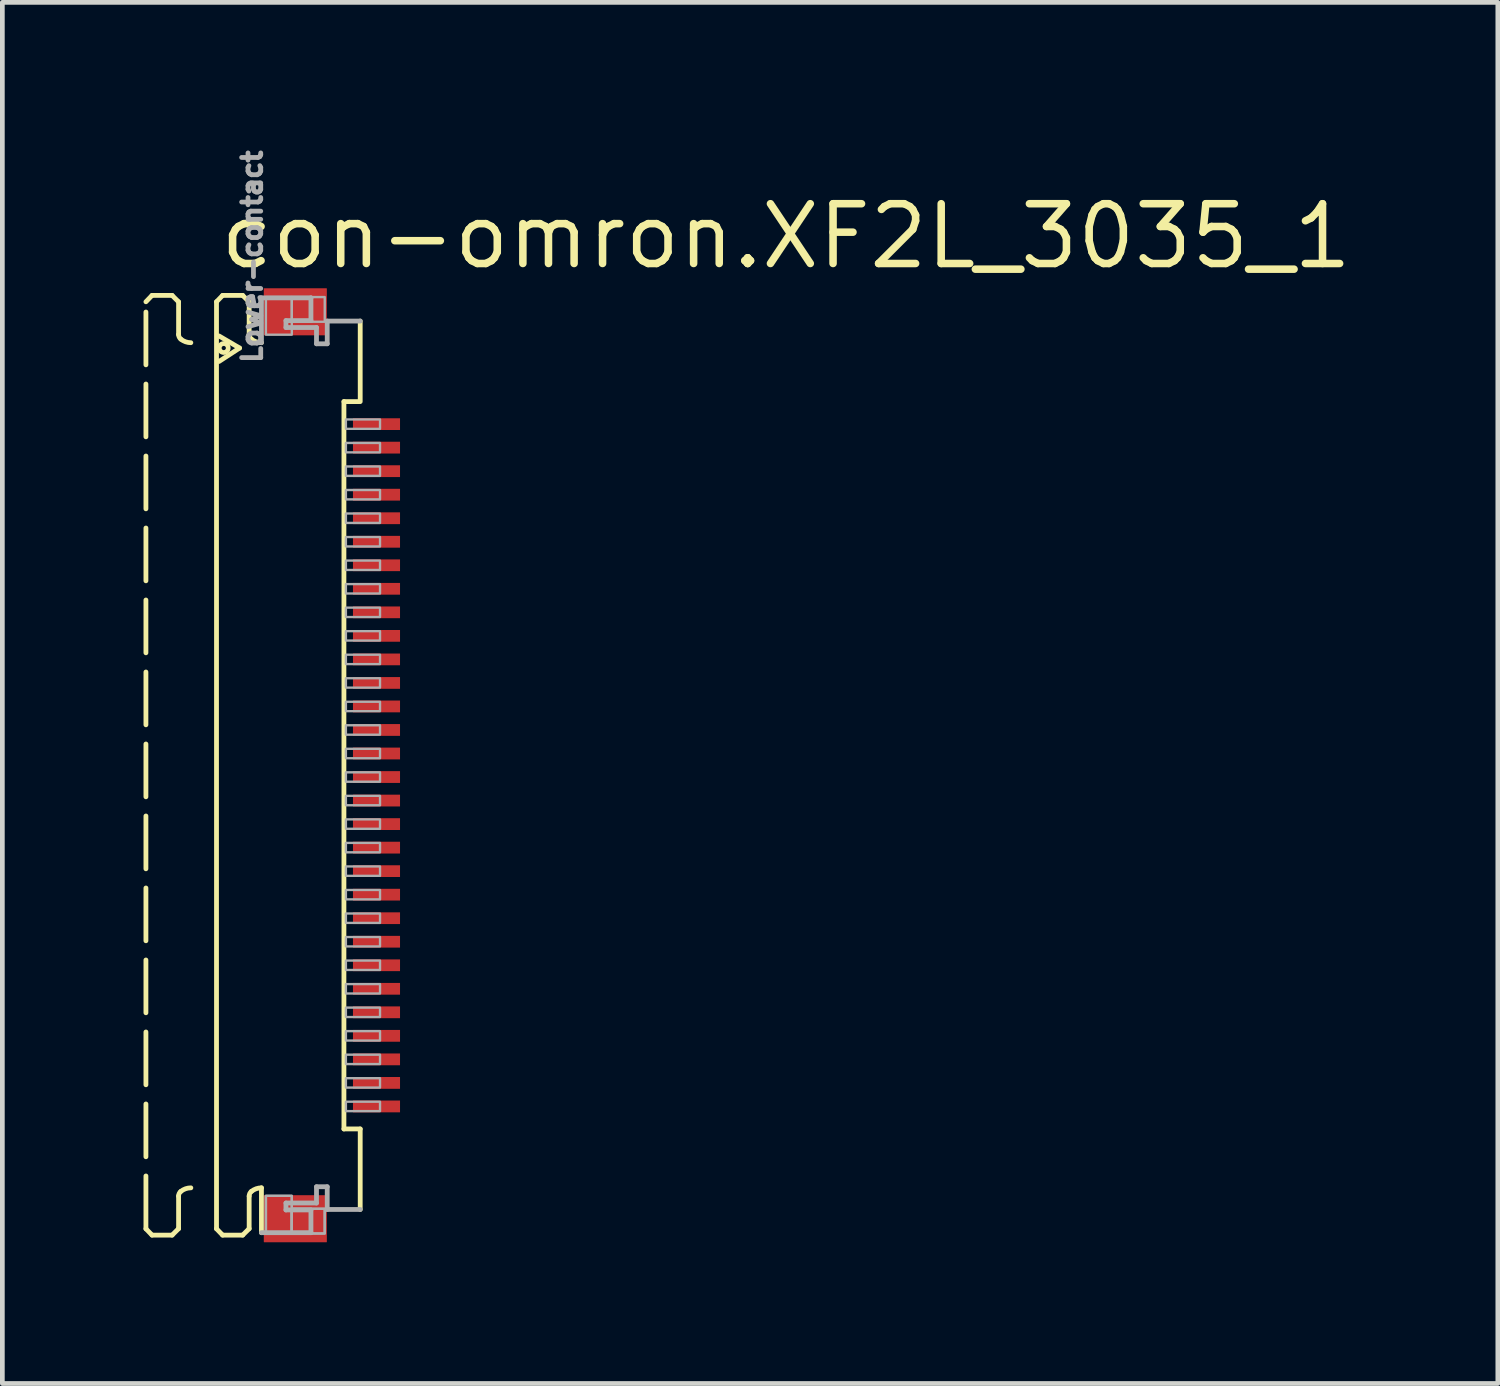
<source format=kicad_pcb>
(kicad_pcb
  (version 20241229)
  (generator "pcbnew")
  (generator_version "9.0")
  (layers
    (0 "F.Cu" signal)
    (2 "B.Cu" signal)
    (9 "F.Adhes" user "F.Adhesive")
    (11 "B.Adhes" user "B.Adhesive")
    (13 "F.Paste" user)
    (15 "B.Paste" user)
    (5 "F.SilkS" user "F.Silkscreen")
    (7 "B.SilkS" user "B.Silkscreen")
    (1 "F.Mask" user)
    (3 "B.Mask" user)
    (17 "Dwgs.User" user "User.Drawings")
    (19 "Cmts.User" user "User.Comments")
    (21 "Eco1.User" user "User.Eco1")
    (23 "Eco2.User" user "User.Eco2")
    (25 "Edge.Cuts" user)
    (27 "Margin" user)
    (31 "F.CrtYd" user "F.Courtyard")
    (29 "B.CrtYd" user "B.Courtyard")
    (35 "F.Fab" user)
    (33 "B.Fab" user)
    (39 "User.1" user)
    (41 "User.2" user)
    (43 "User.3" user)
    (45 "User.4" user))
  (footprint "con-omron.XF2L_3035_1"
    (layer "F.Cu")
    (at 3.046 13.213)
    (property "Reference" "con-omron.XF2L_3035_1" (at -1.5 -10.5 0) (layer "F.SilkS") (effects (font (size 1.27 1.27) (thickness 0.16)) (justify left bottom)))
    (attr smd)
    (fp_rect (start 1.355 -7.075) (end 2.455 -7.425) (stroke (width 0.05) (type default)) (fill yes) (layer "F.Mask"))
    (fp_rect (start 1.355 -6.575) (end 2.455 -6.925) (stroke (width 0.05) (type default)) (fill yes) (layer "F.Mask"))
    (fp_rect (start 1.355 -6.075) (end 2.455 -6.425) (stroke (width 0.05) (type default)) (fill yes) (layer "F.Mask"))
    (fp_rect (start 1.355 -5.575) (end 2.455 -5.925) (stroke (width 0.05) (type default)) (fill yes) (layer "F.Mask"))
    (fp_rect (start 1.355 -5.075) (end 2.455 -5.425) (stroke (width 0.05) (type default)) (fill yes) (layer "F.Mask"))
    (fp_rect (start 1.355 -4.575) (end 2.455 -4.925) (stroke (width 0.05) (type default)) (fill yes) (layer "F.Mask"))
    (fp_rect (start 1.355 -4.075) (end 2.455 -4.425) (stroke (width 0.05) (type default)) (fill yes) (layer "F.Mask"))
    (fp_rect (start 1.355 -3.575) (end 2.455 -3.925) (stroke (width 0.05) (type default)) (fill yes) (layer "F.Mask"))
    (fp_rect (start 1.355 -3.075) (end 2.455 -3.425) (stroke (width 0.05) (type default)) (fill yes) (layer "F.Mask"))
    (fp_rect (start 1.355 -2.575) (end 2.455 -2.925) (stroke (width 0.05) (type default)) (fill yes) (layer "F.Mask"))
    (fp_rect (start 1.355 -2.075) (end 2.455 -2.425) (stroke (width 0.05) (type default)) (fill yes) (layer "F.Mask"))
    (fp_rect (start 1.355 -1.575) (end 2.455 -1.925) (stroke (width 0.05) (type default)) (fill yes) (layer "F.Mask"))
    (fp_rect (start 1.355 -1.075) (end 2.455 -1.425) (stroke (width 0.05) (type default)) (fill yes) (layer "F.Mask"))
    (fp_rect (start 1.355 -0.575) (end 2.455 -0.925) (stroke (width 0.05) (type default)) (fill yes) (layer "F.Mask"))
    (fp_rect (start 1.355 -0.075) (end 2.455 -0.425) (stroke (width 0.05) (type default)) (fill yes) (layer "F.Mask"))
    (fp_rect (start 1.355 0.425) (end 2.455 0.075) (stroke (width 0.05) (type default)) (fill yes) (layer "F.Mask"))
    (fp_rect (start 1.355 0.925) (end 2.455 0.575) (stroke (width 0.05) (type default)) (fill yes) (layer "F.Mask"))
    (fp_rect (start 1.355 1.425) (end 2.455 1.075) (stroke (width 0.05) (type default)) (fill yes) (layer "F.Mask"))
    (fp_rect (start 1.355 1.925) (end 2.455 1.575) (stroke (width 0.05) (type default)) (fill yes) (layer "F.Mask"))
    (fp_rect (start 1.355 2.425) (end 2.455 2.075) (stroke (width 0.05) (type default)) (fill yes) (layer "F.Mask"))
    (fp_rect (start 1.355 2.925) (end 2.455 2.575) (stroke (width 0.05) (type default)) (fill yes) (layer "F.Mask"))
    (fp_rect (start 1.355 3.425) (end 2.455 3.075) (stroke (width 0.05) (type default)) (fill yes) (layer "F.Mask"))
    (fp_rect (start 1.355 3.925) (end 2.455 3.575) (stroke (width 0.05) (type default)) (fill yes) (layer "F.Mask"))
    (fp_rect (start 1.355 4.425) (end 2.455 4.075) (stroke (width 0.05) (type default)) (fill yes) (layer "F.Mask"))
    (fp_rect (start 1.355 4.925) (end 2.455 4.575) (stroke (width 0.05) (type default)) (fill yes) (layer "F.Mask"))
    (fp_rect (start 1.355 5.425) (end 2.455 5.075) (stroke (width 0.05) (type default)) (fill yes) (layer "F.Mask"))
    (fp_rect (start 1.355 5.925) (end 2.455 5.575) (stroke (width 0.05) (type default)) (fill yes) (layer "F.Mask"))
    (fp_rect (start 1.355 6.425) (end 2.455 6.075) (stroke (width 0.05) (type default)) (fill yes) (layer "F.Mask"))
    (fp_rect (start 1.355 6.925) (end 2.455 6.575) (stroke (width 0.05) (type default)) (fill yes) (layer "F.Mask"))
    (fp_rect (start 1.355 7.425) (end 2.455 7.075) (stroke (width 0.05) (type default)) (fill yes) (layer "F.Mask"))
    (fp_line (start -2.995 -9.85) (end -2.865 -9.985) (stroke (width 0.102) (type default)) (layer "F.SilkS"))
    (fp_line (start -2.995 9.85) (end -2.995 -9.85) (stroke (width 0.102) (type dash)) (layer "F.SilkS"))
    (fp_line (start -2.995 9.85) (end -2.865 9.985) (stroke (width 0.102) (type default)) (layer "F.SilkS"))
    (fp_line (start -2.865 -9.985) (end -2.438 -9.985) (stroke (width 0.102) (type dash)) (layer "F.SilkS"))
    (fp_line (start -2.865 9.985) (end -2.438 9.985) (stroke (width 0.102) (type dash)) (layer "F.SilkS"))
    (fp_line (start -2.438 -9.985) (end -2.301 -9.848) (stroke (width 0.102) (type default)) (layer "F.SilkS"))
    (fp_line (start -2.438 9.985) (end -2.301 9.848) (stroke (width 0.102) (type default)) (layer "F.SilkS"))
    (fp_line (start -2.301 -9.848) (end -2.301 -9.156) (stroke (width 0.102) (type dash)) (layer "F.SilkS"))
    (fp_line (start -2.301 9.848) (end -2.301 9.156) (stroke (width 0.102) (type dash)) (layer "F.SilkS"))
    (fp_line (start -1.495 -9.85) (end -1.365 -9.985) (stroke (width 0.102) (type default)) (layer "F.SilkS"))
    (fp_line (start -1.495 9.85) (end -1.495 -9.85) (stroke (width 0.102) (type default)) (layer "F.SilkS"))
    (fp_line (start -1.495 9.85) (end -1.365 9.985) (stroke (width 0.102) (type default)) (layer "F.SilkS"))
    (fp_line (start -1.441 -9.123) (end -1.005 -8.867) (stroke (width 0.102) (type default)) (layer "F.SilkS"))
    (fp_line (start -1.365 -9.985) (end -0.939 -9.985) (stroke (width 0.102) (type default)) (layer "F.SilkS"))
    (fp_line (start -1.365 9.985) (end -0.939 9.985) (stroke (width 0.102) (type default)) (layer "F.SilkS"))
    (fp_line (start -1.005 -8.867) (end -1.441 -8.582) (stroke (width 0.102) (type default)) (layer "F.SilkS"))
    (fp_line (start -0.939 -9.985) (end -0.801 -9.848) (stroke (width 0.102) (type default)) (layer "F.SilkS"))
    (fp_line (start -0.939 9.985) (end -0.801 9.848) (stroke (width 0.102) (type default)) (layer "F.SilkS"))
    (fp_line (start -0.801 -9.848) (end -0.801 -9.156) (stroke (width 0.102) (type default)) (layer "F.SilkS"))
    (fp_line (start -0.801 9.848) (end -0.801 9.156) (stroke (width 0.102) (type default)) (layer "F.SilkS"))
    (fp_line (start -0.54 8.98) (end -0.54 9.933) (stroke (width 0.102) (type default)) (layer "F.SilkS"))
    (fp_line (start 1.213 7.729) (end 1.213 -7.729) (stroke (width 0.102) (type default)) (layer "F.SilkS"))
    (fp_line (start 1.538 -7.729) (end 1.213 -7.729) (stroke (width 0.102) (type default)) (layer "F.SilkS"))
    (fp_line (start 1.559 -9.44) (end 1.559 -7.729) (stroke (width 0.102) (type default)) (layer "F.SilkS"))
    (fp_line (start 1.559 7.729) (end 1.213 7.729) (stroke (width 0.102) (type default)) (layer "F.SilkS"))
    (fp_line (start 1.559 9.44) (end 1.559 7.729) (stroke (width 0.102) (type default)) (layer "F.SilkS"))
    (fp_arc (start -2.301 9.1557) (mid -2.288538 9.100596) (end -2.2536 9.0562) (stroke (width 0.1016) (type default)) (layer "F.SilkS"))
    (fp_arc (start -2.2536 -9.0562) (mid -2.288538 -9.100596) (end -2.301 -9.1557) (stroke (width 0.1016) (type default)) (layer "F.SilkS"))
    (fp_arc (start -2.2536 9.0562) (mid -2.153476 8.999936) (end -2.0403 8.9804) (stroke (width 0.1016) (type default)) (layer "F.SilkS"))
    (fp_arc (start -2.0403 -8.9804) (mid -2.153476 -8.999936) (end -2.2536 -9.0562) (stroke (width 0.1016) (type default)) (layer "F.SilkS"))
    (fp_arc (start -0.801 9.1557) (mid -0.788538 9.100596) (end -0.7536 9.0562) (stroke (width 0.1016) (type default)) (layer "F.SilkS"))
    (fp_arc (start -0.7536 -9.0562) (mid -0.788538 -9.100596) (end -0.801 -9.1557) (stroke (width 0.1016) (type default)) (layer "F.SilkS"))
    (fp_arc (start -0.7536 9.0562) (mid -0.653476 8.999936) (end -0.5403 8.9804) (stroke (width 0.1016) (type default)) (layer "F.SilkS"))
    (fp_arc (start -0.5403 -8.9804) (mid -0.653476 -8.999936) (end -0.7536 -9.0562) (stroke (width 0.1016) (type default)) (layer "F.SilkS"))
    (fp_circle (center -1.341 -8.867) (end -1.246 -8.867) (stroke (width 0.1) (type default)) (fill no) (layer "F.SilkS"))
    (fp_line (start -0.54 -9.933) (end 0.512 -9.933) (stroke (width 0.102) (type default)) (layer "F.Fab"))
    (fp_line (start -0.54 -8.98) (end -0.54 -9.933) (stroke (width 0.102) (type default)) (layer "F.Fab"))
    (fp_line (start -0.54 9.933) (end 0.512 9.933) (stroke (width 0.102) (type default)) (layer "F.Fab"))
    (fp_line (start -0.019 -9.45) (end -0.019 -9.303) (stroke (width 0.102) (type default)) (layer "F.Fab"))
    (fp_line (start -0.019 -9.303) (end 0.63 -9.303) (stroke (width 0.102) (type default)) (layer "F.Fab"))
    (fp_line (start -0.019 9.303) (end 0.63 9.303) (stroke (width 0.102) (type default)) (layer "F.Fab"))
    (fp_line (start -0.019 9.45) (end -0.019 9.303) (stroke (width 0.102) (type default)) (layer "F.Fab"))
    (fp_line (start 0.512 -9.933) (end 0.512 -9.45) (stroke (width 0.102) (type default)) (layer "F.Fab"))
    (fp_line (start 0.512 -9.45) (end -0.019 -9.45) (stroke (width 0.102) (type default)) (layer "F.Fab"))
    (fp_line (start 0.512 9.45) (end -0.019 9.45) (stroke (width 0.102) (type default)) (layer "F.Fab"))
    (fp_line (start 0.512 9.933) (end 0.512 9.45) (stroke (width 0.102) (type default)) (layer "F.Fab"))
    (fp_line (start 0.63 -9.303) (end 0.63 -8.957) (stroke (width 0.102) (type default)) (layer "F.Fab"))
    (fp_line (start 0.63 -8.957) (end 0.858 -8.957) (stroke (width 0.102) (type default)) (layer "F.Fab"))
    (fp_line (start 0.63 8.957) (end 0.858 8.957) (stroke (width 0.102) (type default)) (layer "F.Fab"))
    (fp_line (start 0.63 9.303) (end 0.63 8.957) (stroke (width 0.102) (type default)) (layer "F.Fab"))
    (fp_line (start 0.858 -9.44) (end 1.559 -9.44) (stroke (width 0.102) (type default)) (layer "F.Fab"))
    (fp_line (start 0.858 -8.957) (end 0.858 -9.44) (stroke (width 0.102) (type default)) (layer "F.Fab"))
    (fp_line (start 0.858 8.957) (end 0.858 9.44) (stroke (width 0.102) (type default)) (layer "F.Fab"))
    (fp_line (start 0.858 9.44) (end 1.559 9.44) (stroke (width 0.102) (type default)) (layer "F.Fab"))
    (fp_rect (start -0.445 -9.15) (end 0.105 -9.95) (stroke (width 0.05) (type default)) (fill no) (layer "F.Fab"))
    (fp_rect (start -0.445 9.95) (end 0.105 9.15) (stroke (width 0.05) (type default)) (fill no) (layer "F.Fab"))
    (fp_rect (start -0.445 9.95) (end 0.105 9.15) (stroke (width 0.05) (type default)) (fill no) (layer "F.Fab"))
    (fp_rect (start 0.105 -9.425) (end 0.805 -9.95) (stroke (width 0.05) (type default)) (fill no) (layer "F.Fab"))
    (fp_rect (start 0.105 9.95) (end 0.805 9.425) (stroke (width 0.05) (type default)) (fill no) (layer "F.Fab"))
    (fp_rect (start 0.105 9.95) (end 0.805 9.425) (stroke (width 0.05) (type default)) (fill no) (layer "F.Fab"))
    (fp_rect (start 1.255 -7.15) (end 1.98 -7.35) (stroke (width 0.05) (type default)) (fill no) (layer "F.Fab"))
    (fp_rect (start 1.255 -6.65) (end 1.98 -6.85) (stroke (width 0.05) (type default)) (fill no) (layer "F.Fab"))
    (fp_rect (start 1.255 -6.15) (end 1.98 -6.35) (stroke (width 0.05) (type default)) (fill no) (layer "F.Fab"))
    (fp_rect (start 1.255 -5.65) (end 1.98 -5.85) (stroke (width 0.05) (type default)) (fill no) (layer "F.Fab"))
    (fp_rect (start 1.255 -5.15) (end 1.98 -5.35) (stroke (width 0.05) (type default)) (fill no) (layer "F.Fab"))
    (fp_rect (start 1.255 -4.65) (end 1.98 -4.85) (stroke (width 0.05) (type default)) (fill no) (layer "F.Fab"))
    (fp_rect (start 1.255 -4.15) (end 1.98 -4.35) (stroke (width 0.05) (type default)) (fill no) (layer "F.Fab"))
    (fp_rect (start 1.255 -3.65) (end 1.98 -3.85) (stroke (width 0.05) (type default)) (fill no) (layer "F.Fab"))
    (fp_rect (start 1.255 -3.15) (end 1.98 -3.35) (stroke (width 0.05) (type default)) (fill no) (layer "F.Fab"))
    (fp_rect (start 1.255 -2.65) (end 1.98 -2.85) (stroke (width 0.05) (type default)) (fill no) (layer "F.Fab"))
    (fp_rect (start 1.255 -2.15) (end 1.98 -2.35) (stroke (width 0.05) (type default)) (fill no) (layer "F.Fab"))
    (fp_rect (start 1.255 -1.65) (end 1.98 -1.85) (stroke (width 0.05) (type default)) (fill no) (layer "F.Fab"))
    (fp_rect (start 1.255 -1.15) (end 1.98 -1.35) (stroke (width 0.05) (type default)) (fill no) (layer "F.Fab"))
    (fp_rect (start 1.255 -0.65) (end 1.98 -0.85) (stroke (width 0.05) (type default)) (fill no) (layer "F.Fab"))
    (fp_rect (start 1.255 -0.15) (end 1.98 -0.35) (stroke (width 0.05) (type default)) (fill no) (layer "F.Fab"))
    (fp_rect (start 1.255 0.35) (end 1.98 0.15) (stroke (width 0.05) (type default)) (fill no) (layer "F.Fab"))
    (fp_rect (start 1.255 0.85) (end 1.98 0.65) (stroke (width 0.05) (type default)) (fill no) (layer "F.Fab"))
    (fp_rect (start 1.255 1.35) (end 1.98 1.15) (stroke (width 0.05) (type default)) (fill no) (layer "F.Fab"))
    (fp_rect (start 1.255 1.85) (end 1.98 1.65) (stroke (width 0.05) (type default)) (fill no) (layer "F.Fab"))
    (fp_rect (start 1.255 2.35) (end 1.98 2.15) (stroke (width 0.05) (type default)) (fill no) (layer "F.Fab"))
    (fp_rect (start 1.255 2.85) (end 1.98 2.65) (stroke (width 0.05) (type default)) (fill no) (layer "F.Fab"))
    (fp_rect (start 1.255 3.35) (end 1.98 3.15) (stroke (width 0.05) (type default)) (fill no) (layer "F.Fab"))
    (fp_rect (start 1.255 3.85) (end 1.98 3.65) (stroke (width 0.05) (type default)) (fill no) (layer "F.Fab"))
    (fp_rect (start 1.255 4.35) (end 1.98 4.15) (stroke (width 0.05) (type default)) (fill no) (layer "F.Fab"))
    (fp_rect (start 1.255 4.85) (end 1.98 4.65) (stroke (width 0.05) (type default)) (fill no) (layer "F.Fab"))
    (fp_rect (start 1.255 5.35) (end 1.98 5.15) (stroke (width 0.05) (type default)) (fill no) (layer "F.Fab"))
    (fp_rect (start 1.255 5.85) (end 1.98 5.65) (stroke (width 0.05) (type default)) (fill no) (layer "F.Fab"))
    (fp_rect (start 1.255 6.35) (end 1.98 6.15) (stroke (width 0.05) (type default)) (fill no) (layer "F.Fab"))
    (fp_rect (start 1.255 6.85) (end 1.98 6.65) (stroke (width 0.05) (type default)) (fill no) (layer "F.Fab"))
    (fp_rect (start 1.255 7.35) (end 1.98 7.15) (stroke (width 0.05) (type default)) (fill no) (layer "F.Fab"))
    (fp_text user "Lower-contact" (at -0.5 -8.5 270) (layer "F.Fab") (effects (font (size 0.406 0.406) (thickness 0.15)) (justify left bottom)))
    (pad "1" smd roundrect (at 1.905 -7.25) (size 1 0.25) (layers "F.Cu" "F.Mask" "F.Paste") (roundrect_rratio 0.01))
    (pad "2" smd roundrect (at 1.905 -6.75) (size 1 0.25) (layers "F.Cu" "F.Mask" "F.Paste") (roundrect_rratio 0.01))
    (pad "3" smd roundrect (at 1.905 -6.25) (size 1 0.25) (layers "F.Cu" "F.Mask" "F.Paste") (roundrect_rratio 0.01))
    (pad "4" smd roundrect (at 1.905 -5.75) (size 1 0.25) (layers "F.Cu" "F.Mask" "F.Paste") (roundrect_rratio 0.01))
    (pad "5" smd roundrect (at 1.905 -5.25) (size 1 0.25) (layers "F.Cu" "F.Mask" "F.Paste") (roundrect_rratio 0.01))
    (pad "6" smd roundrect (at 1.905 -4.75) (size 1 0.25) (layers "F.Cu" "F.Mask" "F.Paste") (roundrect_rratio 0.01))
    (pad "7" smd roundrect (at 1.905 -4.25) (size 1 0.25) (layers "F.Cu" "F.Mask" "F.Paste") (roundrect_rratio 0.01))
    (pad "8" smd roundrect (at 1.905 -3.75) (size 1 0.25) (layers "F.Cu" "F.Mask" "F.Paste") (roundrect_rratio 0.01))
    (pad "9" smd roundrect (at 1.905 -3.25) (size 1 0.25) (layers "F.Cu" "F.Mask" "F.Paste") (roundrect_rratio 0.01))
    (pad "10" smd roundrect (at 1.905 -2.75) (size 1 0.25) (layers "F.Cu" "F.Mask" "F.Paste") (roundrect_rratio 0.01))
    (pad "11" smd roundrect (at 1.905 -2.25) (size 1 0.25) (layers "F.Cu" "F.Mask" "F.Paste") (roundrect_rratio 0.01))
    (pad "12" smd roundrect (at 1.905 -1.75) (size 1 0.25) (layers "F.Cu" "F.Mask" "F.Paste") (roundrect_rratio 0.01))
    (pad "13" smd roundrect (at 1.905 -1.25) (size 1 0.25) (layers "F.Cu" "F.Mask" "F.Paste") (roundrect_rratio 0.01))
    (pad "14" smd roundrect (at 1.905 -0.75) (size 1 0.25) (layers "F.Cu" "F.Mask" "F.Paste") (roundrect_rratio 0.01))
    (pad "15" smd roundrect (at 1.905 -0.25) (size 1 0.25) (layers "F.Cu" "F.Mask" "F.Paste") (roundrect_rratio 0.01))
    (pad "16" smd roundrect (at 1.905 0.25) (size 1 0.25) (layers "F.Cu" "F.Mask" "F.Paste") (roundrect_rratio 0.01))
    (pad "17" smd roundrect (at 1.905 0.75) (size 1 0.25) (layers "F.Cu" "F.Mask" "F.Paste") (roundrect_rratio 0.01))
    (pad "18" smd roundrect (at 1.905 1.25) (size 1 0.25) (layers "F.Cu" "F.Mask" "F.Paste") (roundrect_rratio 0.01))
    (pad "19" smd roundrect (at 1.905 1.75) (size 1 0.25) (layers "F.Cu" "F.Mask" "F.Paste") (roundrect_rratio 0.01))
    (pad "20" smd roundrect (at 1.905 2.25) (size 1 0.25) (layers "F.Cu" "F.Mask" "F.Paste") (roundrect_rratio 0.01))
    (pad "21" smd roundrect (at 1.905 2.75) (size 1 0.25) (layers "F.Cu" "F.Mask" "F.Paste") (roundrect_rratio 0.01))
    (pad "22" smd roundrect (at 1.905 3.25) (size 1 0.25) (layers "F.Cu" "F.Mask" "F.Paste") (roundrect_rratio 0.01))
    (pad "23" smd roundrect (at 1.905 3.75) (size 1 0.25) (layers "F.Cu" "F.Mask" "F.Paste") (roundrect_rratio 0.01))
    (pad "24" smd roundrect (at 1.905 4.25) (size 1 0.25) (layers "F.Cu" "F.Mask" "F.Paste") (roundrect_rratio 0.01))
    (pad "25" smd roundrect (at 1.905 4.75) (size 1 0.25) (layers "F.Cu" "F.Mask" "F.Paste") (roundrect_rratio 0.01))
    (pad "26" smd roundrect (at 1.905 5.25) (size 1 0.25) (layers "F.Cu" "F.Mask" "F.Paste") (roundrect_rratio 0.01))
    (pad "27" smd roundrect (at 1.905 5.75) (size 1 0.25) (layers "F.Cu" "F.Mask" "F.Paste") (roundrect_rratio 0.01))
    (pad "28" smd roundrect (at 1.905 6.25) (size 1 0.25) (layers "F.Cu" "F.Mask" "F.Paste") (roundrect_rratio 0.01))
    (pad "29" smd roundrect (at 1.905 6.75) (size 1 0.25) (layers "F.Cu" "F.Mask" "F.Paste") (roundrect_rratio 0.01))
    (pad "30" smd roundrect (at 1.905 7.25) (size 1 0.25) (layers "F.Cu" "F.Mask" "F.Paste") (roundrect_rratio 0.01))
    (pad "M1" smd roundrect (at 0.18 -9.637) (size 1.34 1) (layers "F.Cu" "F.Mask" "F.Paste") (roundrect_rratio 0.01))
    (pad "M2" smd roundrect (at 0.18 9.637) (size 1.34 1) (layers "F.Cu" "F.Mask" "F.Paste") (roundrect_rratio 0.01)))
  (gr_rect
    (start -3 -3)
    (end 28.781 26.351)
    (stroke (width 0.1) (type default))
    (fill no)
    (layer "Edge.Cuts")))
</source>
